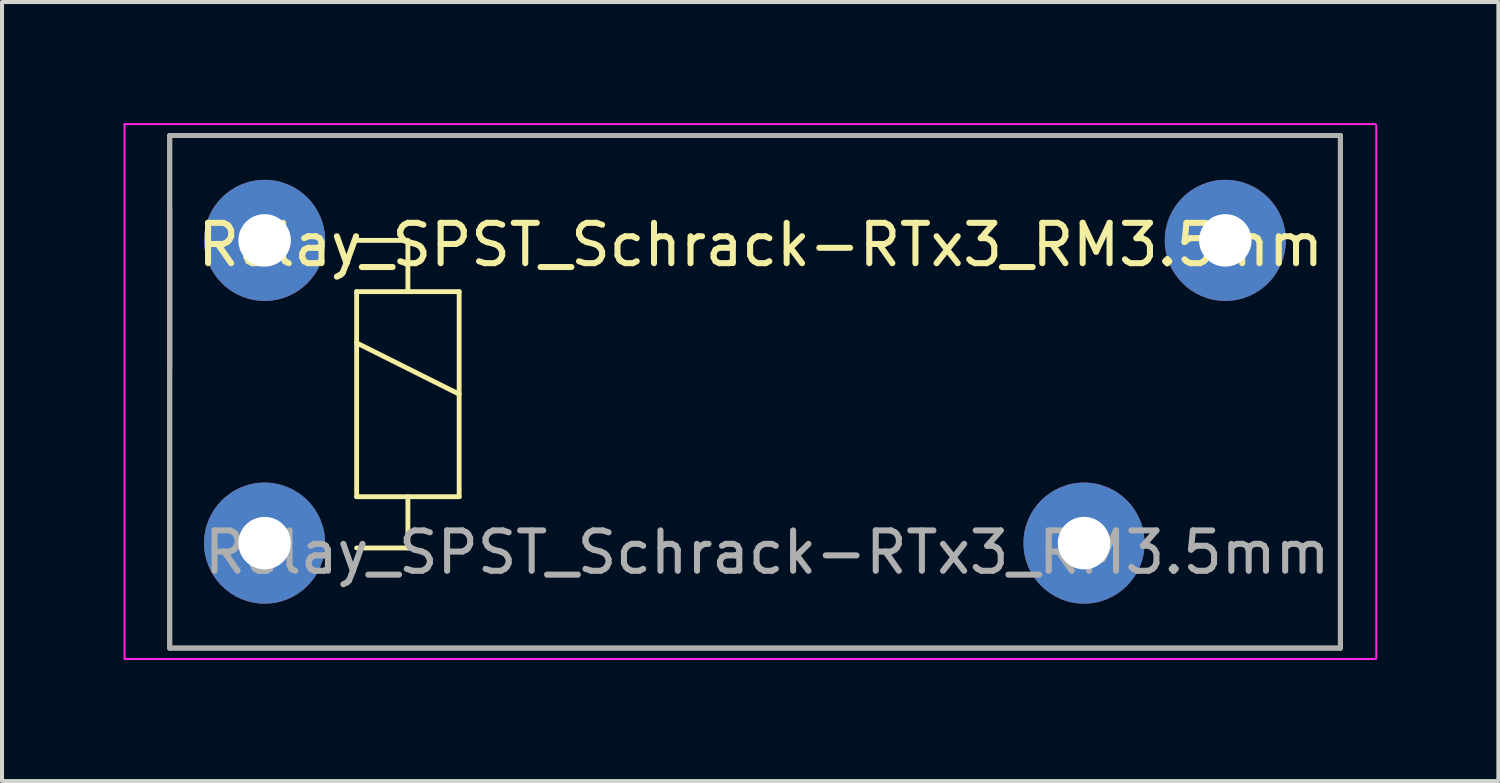
<source format=kicad_pcb>
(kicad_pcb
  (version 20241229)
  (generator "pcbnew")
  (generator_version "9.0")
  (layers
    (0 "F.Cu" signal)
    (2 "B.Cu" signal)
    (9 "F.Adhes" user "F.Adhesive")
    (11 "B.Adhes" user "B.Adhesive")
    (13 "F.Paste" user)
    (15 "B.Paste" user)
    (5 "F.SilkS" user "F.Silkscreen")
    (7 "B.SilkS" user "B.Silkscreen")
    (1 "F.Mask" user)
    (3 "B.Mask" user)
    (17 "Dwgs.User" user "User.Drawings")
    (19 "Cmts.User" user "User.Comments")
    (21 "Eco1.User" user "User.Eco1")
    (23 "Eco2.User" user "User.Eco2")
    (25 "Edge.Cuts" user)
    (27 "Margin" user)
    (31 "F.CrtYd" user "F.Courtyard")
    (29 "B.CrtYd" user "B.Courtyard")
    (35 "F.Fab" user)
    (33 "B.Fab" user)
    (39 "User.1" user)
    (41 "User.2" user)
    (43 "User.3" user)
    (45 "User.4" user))
  (footprint "Relay_SPST_Schrack-RTx3_RM3.5mm"
    (layer "F.Cu")
    (at 1.155 0.305)
    (property "Reference" "Relay_SPST_Schrack-RTx3_RM3.5mm" (at 14.64 2.71 0) (layer "F.SilkS") (effects (font (size 1 1) (thickness 0.15))))
    (attr through_hole)
    (fp_line (start 0 0) (end 29 0) (stroke (width 0.12) (type solid)) (layer "F.SilkS"))
    (fp_line (start 0 12.7) (end 0 0) (stroke (width 0.12) (type solid)) (layer "F.SilkS"))
    (fp_line (start 4.63 2.6) (end 5.9 2.6) (stroke (width 0.12) (type solid)) (layer "F.SilkS"))
    (fp_line (start 4.63 3.87) (end 5.9 3.87) (stroke (width 0.12) (type solid)) (layer "F.SilkS"))
    (fp_line (start 4.63 5.14) (end 7.17 6.41) (stroke (width 0.12) (type solid)) (layer "F.SilkS"))
    (fp_line (start 4.63 8.95) (end 4.63 3.87) (stroke (width 0.12) (type solid)) (layer "F.SilkS"))
    (fp_line (start 5.9 2.6) (end 5.9 3.87) (stroke (width 0.12) (type solid)) (layer "F.SilkS"))
    (fp_line (start 5.9 3.87) (end 7.17 3.87) (stroke (width 0.12) (type solid)) (layer "F.SilkS"))
    (fp_line (start 5.9 8.95) (end 5.9 10.22) (stroke (width 0.12) (type solid)) (layer "F.SilkS"))
    (fp_line (start 5.9 10.22) (end 4.63 10.22) (stroke (width 0.12) (type solid)) (layer "F.SilkS"))
    (fp_line (start 7.17 3.87) (end 7.17 8.95) (stroke (width 0.12) (type solid)) (layer "F.SilkS"))
    (fp_line (start 7.17 8.95) (end 4.63 8.95) (stroke (width 0.12) (type solid)) (layer "F.SilkS"))
    (fp_line (start 29 0) (end 29 12.7) (stroke (width 0.12) (type solid)) (layer "F.SilkS"))
    (fp_line (start 29 12.7) (end 0 12.7) (stroke (width 0.12) (type solid)) (layer "F.SilkS"))
    (fp_line (start -1.13 -0.28) (end 29.87 -0.28) (stroke (width 0.05) (type solid)) (layer "F.CrtYd"))
    (fp_line (start -1.12 12.95) (end -1.12 -0.25) (stroke (width 0.05) (type solid)) (layer "F.CrtYd"))
    (fp_line (start 29.88 12.97) (end -1.12 12.97) (stroke (width 0.05) (type solid)) (layer "F.CrtYd"))
    (fp_line (start 29.89 -0.25) (end 29.89 12.95) (stroke (width 0.05) (type solid)) (layer "F.CrtYd"))
    (fp_line (start 0 0) (end 0 12.7) (stroke (width 0.12) (type solid)) (layer "F.Fab"))
    (fp_line (start 0 0) (end 29 0) (stroke (width 0.12) (type solid)) (layer "F.Fab"))
    (fp_line (start 0 1.8) (end 0 5.8) (stroke (width 0.12) (type solid)) (layer "F.Fab"))
    (fp_line (start 0 12.7) (end 29 12.7) (stroke (width 0.12) (type solid)) (layer "F.Fab"))
    (fp_line (start 29 0) (end 29 12.7) (stroke (width 0.12) (type solid)) (layer "F.Fab"))
    (fp_text user "${REFERENCE}" (at 14.8 10.33 0) (layer "F.Fab") (effects (font (size 1 1) (thickness 0.15))))
    (pad "11" thru_hole circle (at 22.65 10.1) (size 3 3) (drill 1.3) (layers "*.Cu" "*.Mask"))
    (pad "14" thru_hole circle (at 26.15 2.6) (size 3 3) (drill 1.3) (layers "*.Cu" "*.Mask"))
    (pad "A1" thru_hole circle (at 2.35 2.6) (size 3 3) (drill 1.3) (layers "*.Cu" "*.Mask"))
    (pad "A2" thru_hole circle (at 2.35 10.1) (size 3 3) (drill 1.3) (layers "*.Cu" "*.Mask")))
  (gr_rect
    (start -3 -3)
    (end 34.07 16.3)
    (stroke (width 0.1) (type default))
    (fill no)
    (layer "Edge.Cuts")))
</source>
